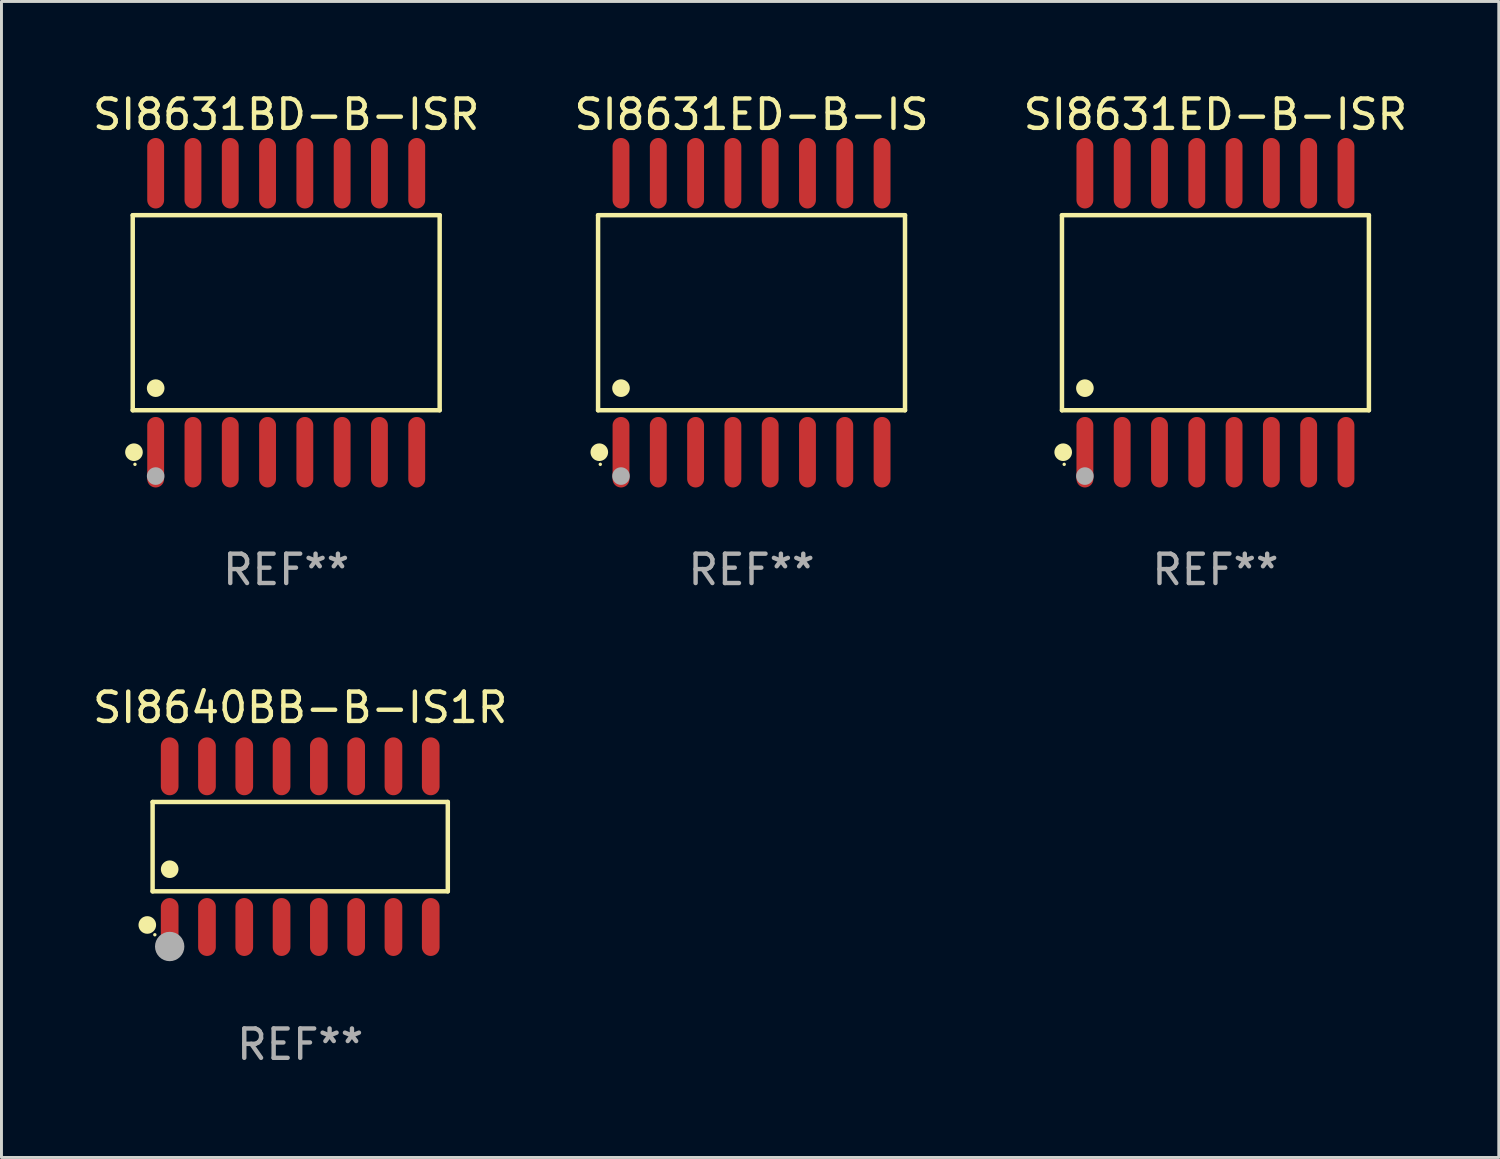
<source format=kicad_pcb>
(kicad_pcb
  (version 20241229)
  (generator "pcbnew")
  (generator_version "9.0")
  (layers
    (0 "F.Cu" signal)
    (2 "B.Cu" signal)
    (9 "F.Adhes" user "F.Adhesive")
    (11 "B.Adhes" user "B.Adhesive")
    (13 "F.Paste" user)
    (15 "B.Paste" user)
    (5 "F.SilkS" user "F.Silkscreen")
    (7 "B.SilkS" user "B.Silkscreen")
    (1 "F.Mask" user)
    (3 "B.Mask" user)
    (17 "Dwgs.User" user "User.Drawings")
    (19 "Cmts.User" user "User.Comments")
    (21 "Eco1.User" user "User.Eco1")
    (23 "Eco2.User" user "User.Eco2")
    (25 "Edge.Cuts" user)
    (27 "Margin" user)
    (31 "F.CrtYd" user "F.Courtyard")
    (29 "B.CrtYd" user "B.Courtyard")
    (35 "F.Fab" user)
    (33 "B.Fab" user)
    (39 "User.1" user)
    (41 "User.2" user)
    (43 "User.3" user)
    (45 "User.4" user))
  (footprint "SI8631ED-B-ISR"
    (layer "F.Cu")
    (at 38.339 7.599)
    (property "Reference" "SI8631ED-B-ISR" (at 0 -6.75 0) (layer "F.SilkS") (effects (font (size 1 1) (thickness 0.15))))
    (attr through_hole)
    (fp_line (start -5.226 -3.321) (end 5.226 -3.321) (stroke (width 0.152) (type solid)) (layer "F.SilkS"))
    (fp_line (start -5.226 3.321) (end -5.226 -3.321) (stroke (width 0.152) (type solid)) (layer "F.SilkS"))
    (fp_line (start 5.226 -3.321) (end 5.226 3.321) (stroke (width 0.152) (type solid)) (layer "F.SilkS"))
    (fp_line (start 5.226 3.321) (end -5.226 3.321) (stroke (width 0.152) (type solid)) (layer "F.SilkS"))
    (fp_circle (center -5.184 4.75) (end -5.034 4.75) (stroke (width 0.3) (type solid)) (fill no) (layer "F.SilkS"))
    (fp_circle (center -5.15 5.163) (end -5.12 5.163) (stroke (width 0.06) (type solid)) (fill no) (layer "F.SilkS"))
    (fp_circle (center -4.445 2.569) (end -4.295 2.569) (stroke (width 0.3) (type solid)) (fill no) (layer "F.SilkS"))
    (fp_circle (center -4.445 5.563) (end -4.295 5.563) (stroke (width 0.3) (type solid)) (fill no) (layer "F.Fab"))
    (fp_text user "REF**" (at 0 8.75 0) (layer "F.Fab") (effects (font (size 1 1) (thickness 0.15))))
    (pad "1" smd oval (at -4.445 4.75) (size 0.574 2.401) (layers "F.Cu" "F.Mask" "F.Paste"))
    (pad "2" smd oval (at -3.175 4.75) (size 0.574 2.401) (layers "F.Cu" "F.Mask" "F.Paste"))
    (pad "3" smd oval (at -1.905 4.75) (size 0.574 2.401) (layers "F.Cu" "F.Mask" "F.Paste"))
    (pad "4" smd oval (at -0.635 4.75) (size 0.574 2.401) (layers "F.Cu" "F.Mask" "F.Paste"))
    (pad "5" smd oval (at 0.635 4.75) (size 0.574 2.401) (layers "F.Cu" "F.Mask" "F.Paste"))
    (pad "6" smd oval (at 1.905 4.75) (size 0.574 2.401) (layers "F.Cu" "F.Mask" "F.Paste"))
    (pad "7" smd oval (at 3.175 4.75) (size 0.574 2.401) (layers "F.Cu" "F.Mask" "F.Paste"))
    (pad "8" smd oval (at 4.445 4.75) (size 0.574 2.401) (layers "F.Cu" "F.Mask" "F.Paste"))
    (pad "9" smd oval (at 4.445 -4.75) (size 0.574 2.401) (layers "F.Cu" "F.Mask" "F.Paste"))
    (pad "10" smd oval (at 3.175 -4.75) (size 0.574 2.401) (layers "F.Cu" "F.Mask" "F.Paste"))
    (pad "11" smd oval (at 1.905 -4.75) (size 0.574 2.401) (layers "F.Cu" "F.Mask" "F.Paste"))
    (pad "12" smd oval (at 0.635 -4.75) (size 0.574 2.401) (layers "F.Cu" "F.Mask" "F.Paste"))
    (pad "13" smd oval (at -0.635 -4.75) (size 0.574 2.401) (layers "F.Cu" "F.Mask" "F.Paste"))
    (pad "14" smd oval (at -1.905 -4.75) (size 0.574 2.401) (layers "F.Cu" "F.Mask" "F.Paste"))
    (pad "15" smd oval (at -3.175 -4.75) (size 0.574 2.401) (layers "F.Cu" "F.Mask" "F.Paste"))
    (pad "16" smd oval (at -4.445 -4.75) (size 0.574 2.401) (layers "F.Cu" "F.Mask" "F.Paste")))
  (footprint "SI8631BD-B-ISR"
    (layer "F.Cu")
    (at 6.696 7.599)
    (property "Reference" "SI8631BD-B-ISR" (at 0 -6.75 0) (layer "F.SilkS") (effects (font (size 1 1) (thickness 0.15))))
    (attr through_hole)
    (fp_line (start -5.226 -3.321) (end 5.226 -3.321) (stroke (width 0.152) (type solid)) (layer "F.SilkS"))
    (fp_line (start -5.226 3.321) (end -5.226 -3.321) (stroke (width 0.152) (type solid)) (layer "F.SilkS"))
    (fp_line (start 5.226 -3.321) (end 5.226 3.321) (stroke (width 0.152) (type solid)) (layer "F.SilkS"))
    (fp_line (start 5.226 3.321) (end -5.226 3.321) (stroke (width 0.152) (type solid)) (layer "F.SilkS"))
    (fp_circle (center -5.184 4.75) (end -5.034 4.75) (stroke (width 0.3) (type solid)) (fill no) (layer "F.SilkS"))
    (fp_circle (center -5.15 5.163) (end -5.12 5.163) (stroke (width 0.06) (type solid)) (fill no) (layer "F.SilkS"))
    (fp_circle (center -4.445 2.569) (end -4.295 2.569) (stroke (width 0.3) (type solid)) (fill no) (layer "F.SilkS"))
    (fp_circle (center -4.445 5.563) (end -4.295 5.563) (stroke (width 0.3) (type solid)) (fill no) (layer "F.Fab"))
    (fp_text user "REF**" (at 0 8.75 0) (layer "F.Fab") (effects (font (size 1 1) (thickness 0.15))))
    (pad "1" smd oval (at -4.445 4.75) (size 0.574 2.401) (layers "F.Cu" "F.Mask" "F.Paste"))
    (pad "2" smd oval (at -3.175 4.75) (size 0.574 2.401) (layers "F.Cu" "F.Mask" "F.Paste"))
    (pad "3" smd oval (at -1.905 4.75) (size 0.574 2.401) (layers "F.Cu" "F.Mask" "F.Paste"))
    (pad "4" smd oval (at -0.635 4.75) (size 0.574 2.401) (layers "F.Cu" "F.Mask" "F.Paste"))
    (pad "5" smd oval (at 0.635 4.75) (size 0.574 2.401) (layers "F.Cu" "F.Mask" "F.Paste"))
    (pad "6" smd oval (at 1.905 4.75) (size 0.574 2.401) (layers "F.Cu" "F.Mask" "F.Paste"))
    (pad "7" smd oval (at 3.175 4.75) (size 0.574 2.401) (layers "F.Cu" "F.Mask" "F.Paste"))
    (pad "8" smd oval (at 4.445 4.75) (size 0.574 2.401) (layers "F.Cu" "F.Mask" "F.Paste"))
    (pad "9" smd oval (at 4.445 -4.75) (size 0.574 2.401) (layers "F.Cu" "F.Mask" "F.Paste"))
    (pad "10" smd oval (at 3.175 -4.75) (size 0.574 2.401) (layers "F.Cu" "F.Mask" "F.Paste"))
    (pad "11" smd oval (at 1.905 -4.75) (size 0.574 2.401) (layers "F.Cu" "F.Mask" "F.Paste"))
    (pad "12" smd oval (at 0.635 -4.75) (size 0.574 2.401) (layers "F.Cu" "F.Mask" "F.Paste"))
    (pad "13" smd oval (at -0.635 -4.75) (size 0.574 2.401) (layers "F.Cu" "F.Mask" "F.Paste"))
    (pad "14" smd oval (at -1.905 -4.75) (size 0.574 2.401) (layers "F.Cu" "F.Mask" "F.Paste"))
    (pad "15" smd oval (at -3.175 -4.75) (size 0.574 2.401) (layers "F.Cu" "F.Mask" "F.Paste"))
    (pad "16" smd oval (at -4.445 -4.75) (size 0.574 2.401) (layers "F.Cu" "F.Mask" "F.Paste")))
  (footprint "SI8631ED-B-IS"
    (layer "F.Cu")
    (at 22.542 7.599)
    (property "Reference" "SI8631ED-B-IS" (at 0 -6.75 0) (layer "F.SilkS") (effects (font (size 1 1) (thickness 0.15))))
    (attr through_hole)
    (fp_line (start -5.226 -3.321) (end 5.226 -3.321) (stroke (width 0.152) (type solid)) (layer "F.SilkS"))
    (fp_line (start -5.226 3.321) (end -5.226 -3.321) (stroke (width 0.152) (type solid)) (layer "F.SilkS"))
    (fp_line (start 5.226 -3.321) (end 5.226 3.321) (stroke (width 0.152) (type solid)) (layer "F.SilkS"))
    (fp_line (start 5.226 3.321) (end -5.226 3.321) (stroke (width 0.152) (type solid)) (layer "F.SilkS"))
    (fp_circle (center -5.184 4.75) (end -5.034 4.75) (stroke (width 0.3) (type solid)) (fill no) (layer "F.SilkS"))
    (fp_circle (center -5.15 5.163) (end -5.12 5.163) (stroke (width 0.06) (type solid)) (fill no) (layer "F.SilkS"))
    (fp_circle (center -4.445 2.569) (end -4.295 2.569) (stroke (width 0.3) (type solid)) (fill no) (layer "F.SilkS"))
    (fp_circle (center -4.445 5.563) (end -4.295 5.563) (stroke (width 0.3) (type solid)) (fill no) (layer "F.Fab"))
    (fp_text user "REF**" (at 0 8.75 0) (layer "F.Fab") (effects (font (size 1 1) (thickness 0.15))))
    (pad "1" smd oval (at -4.445 4.75) (size 0.574 2.401) (layers "F.Cu" "F.Mask" "F.Paste"))
    (pad "2" smd oval (at -3.175 4.75) (size 0.574 2.401) (layers "F.Cu" "F.Mask" "F.Paste"))
    (pad "3" smd oval (at -1.905 4.75) (size 0.574 2.401) (layers "F.Cu" "F.Mask" "F.Paste"))
    (pad "4" smd oval (at -0.635 4.75) (size 0.574 2.401) (layers "F.Cu" "F.Mask" "F.Paste"))
    (pad "5" smd oval (at 0.635 4.75) (size 0.574 2.401) (layers "F.Cu" "F.Mask" "F.Paste"))
    (pad "6" smd oval (at 1.905 4.75) (size 0.574 2.401) (layers "F.Cu" "F.Mask" "F.Paste"))
    (pad "7" smd oval (at 3.175 4.75) (size 0.574 2.401) (layers "F.Cu" "F.Mask" "F.Paste"))
    (pad "8" smd oval (at 4.445 4.75) (size 0.574 2.401) (layers "F.Cu" "F.Mask" "F.Paste"))
    (pad "9" smd oval (at 4.445 -4.75) (size 0.574 2.401) (layers "F.Cu" "F.Mask" "F.Paste"))
    (pad "10" smd oval (at 3.175 -4.75) (size 0.574 2.401) (layers "F.Cu" "F.Mask" "F.Paste"))
    (pad "11" smd oval (at 1.905 -4.75) (size 0.574 2.401) (layers "F.Cu" "F.Mask" "F.Paste"))
    (pad "12" smd oval (at 0.635 -4.75) (size 0.574 2.401) (layers "F.Cu" "F.Mask" "F.Paste"))
    (pad "13" smd oval (at -0.635 -4.75) (size 0.574 2.401) (layers "F.Cu" "F.Mask" "F.Paste"))
    (pad "14" smd oval (at -1.905 -4.75) (size 0.574 2.401) (layers "F.Cu" "F.Mask" "F.Paste"))
    (pad "15" smd oval (at -3.175 -4.75) (size 0.574 2.401) (layers "F.Cu" "F.Mask" "F.Paste"))
    (pad "16" smd oval (at -4.445 -4.75) (size 0.574 2.401) (layers "F.Cu" "F.Mask" "F.Paste")))
  (footprint "SI8640BB-B-IS1R"
    (layer "F.Cu")
    (at 7.173 25.781)
    (property "Reference" "SI8640BB-B-IS1R" (at 0 -4.736 0) (layer "F.SilkS") (effects (font (size 1 1) (thickness 0.15))))
    (attr through_hole)
    (fp_line (start -5.026 -1.521) (end 5.026 -1.521) (stroke (width 0.152) (type solid)) (layer "F.SilkS"))
    (fp_line (start -5.026 1.521) (end -5.026 -1.521) (stroke (width 0.152) (type solid)) (layer "F.SilkS"))
    (fp_line (start 5.026 -1.521) (end 5.026 1.521) (stroke (width 0.152) (type solid)) (layer "F.SilkS"))
    (fp_line (start 5.026 1.521) (end -5.026 1.521) (stroke (width 0.152) (type solid)) (layer "F.SilkS"))
    (fp_circle (center -5.207 2.667) (end -5.057 2.667) (stroke (width 0.3) (type solid)) (fill no) (layer "F.SilkS"))
    (fp_circle (center -4.95 3) (end -4.92 3) (stroke (width 0.06) (type solid)) (fill no) (layer "F.SilkS"))
    (fp_circle (center -4.445 0.769) (end -4.295 0.769) (stroke (width 0.3) (type solid)) (fill no) (layer "F.SilkS"))
    (fp_circle (center -4.445 3.4) (end -4.195 3.4) (stroke (width 0.5) (type solid)) (fill no) (layer "F.Fab"))
    (fp_text user "REF**" (at 0 6.736 0) (layer "F.Fab") (effects (font (size 1 1) (thickness 0.15))))
    (pad "1" smd oval (at -4.445 2.736) (size 0.602 1.971) (layers "F.Cu" "F.Mask" "F.Paste"))
    (pad "2" smd oval (at -3.175 2.736) (size 0.602 1.971) (layers "F.Cu" "F.Mask" "F.Paste"))
    (pad "3" smd oval (at -1.905 2.736) (size 0.602 1.971) (layers "F.Cu" "F.Mask" "F.Paste"))
    (pad "4" smd oval (at -0.635 2.736) (size 0.602 1.971) (layers "F.Cu" "F.Mask" "F.Paste"))
    (pad "5" smd oval (at 0.635 2.736) (size 0.602 1.971) (layers "F.Cu" "F.Mask" "F.Paste"))
    (pad "6" smd oval (at 1.905 2.736) (size 0.602 1.971) (layers "F.Cu" "F.Mask" "F.Paste"))
    (pad "7" smd oval (at 3.175 2.736) (size 0.602 1.971) (layers "F.Cu" "F.Mask" "F.Paste"))
    (pad "8" smd oval (at 4.445 2.736) (size 0.602 1.971) (layers "F.Cu" "F.Mask" "F.Paste"))
    (pad "9" smd oval (at 4.445 -2.736) (size 0.602 1.971) (layers "F.Cu" "F.Mask" "F.Paste"))
    (pad "10" smd oval (at 3.175 -2.736) (size 0.602 1.971) (layers "F.Cu" "F.Mask" "F.Paste"))
    (pad "11" smd oval (at 1.905 -2.736) (size 0.602 1.971) (layers "F.Cu" "F.Mask" "F.Paste"))
    (pad "12" smd oval (at 0.635 -2.736) (size 0.602 1.971) (layers "F.Cu" "F.Mask" "F.Paste"))
    (pad "13" smd oval (at -0.635 -2.736) (size 0.602 1.971) (layers "F.Cu" "F.Mask" "F.Paste"))
    (pad "14" smd oval (at -1.905 -2.736) (size 0.602 1.971) (layers "F.Cu" "F.Mask" "F.Paste"))
    (pad "15" smd oval (at -3.175 -2.736) (size 0.602 1.971) (layers "F.Cu" "F.Mask" "F.Paste"))
    (pad "16" smd oval (at -4.445 -2.736) (size 0.602 1.971) (layers "F.Cu" "F.Mask" "F.Paste")))
  (gr_rect
    (start -3 -3)
    (end 47.988 36.365)
    (stroke (width 0.1) (type default))
    (fill no)
    (layer "Edge.Cuts")))
</source>
